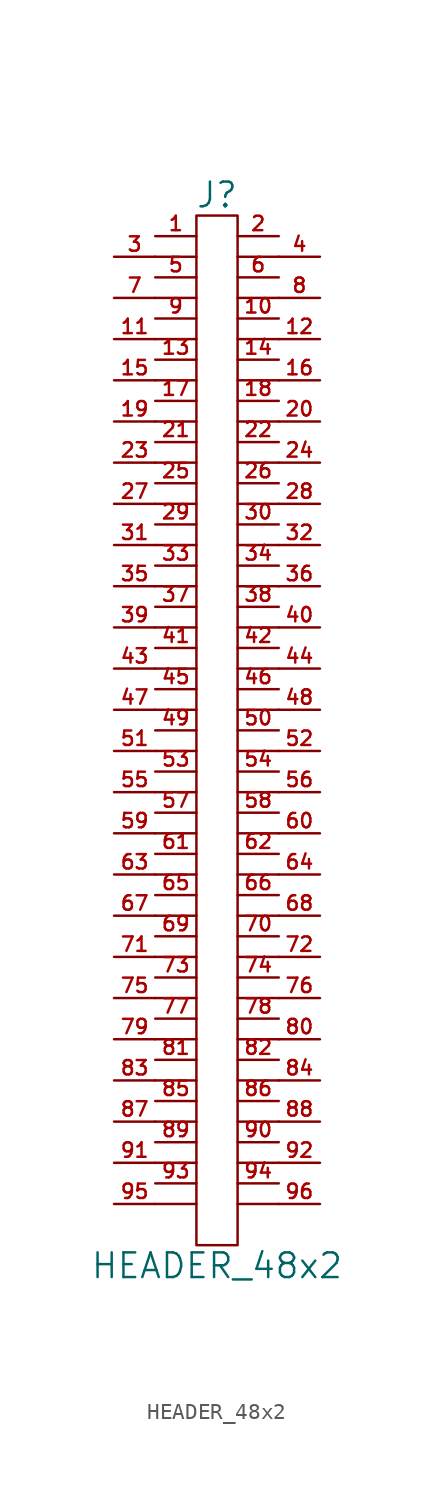
<source format=kicad_sym>
(kicad_symbol_lib
  (version 20211014)
  (generator kicad_symbol_editor)
  (symbol "HEADER_48x2"
    (pin_names
      (offset 0))
    (property "Reference" "J"
      (at 0 33.02 0)
      (effects (font (size 1.524 1.524))))
    (property "Value" "HEADER_48x2"
      (at 0 -33.02 0)
      (effects (font (size 1.524 1.524))))
    (property "Footprint" ""
      (at 0 6.35 0)
      (effects (font (size 1.524 1.524))))
    (property "Datasheet" ""
      (at 0 6.35 0)
      (effects (font (size 1.524 1.524))))
    (symbol "HEADER_48x2_0_1"
      (polyline (pts (xy -3.81 -29.21) (xy -1.27 -29.21)) (stroke (width 0) (type default) (color 0 0 0 0)) (fill (type none)))
      (polyline (pts (xy -3.81 -26.67) (xy -1.27 -26.67)) (stroke (width 0) (type default) (color 0 0 0 0)) (fill (type none)))
      (polyline (pts (xy -3.81 -24.13) (xy -1.27 -24.13)) (stroke (width 0) (type default) (color 0 0 0 0)) (fill (type none)))
      (polyline (pts (xy -3.81 -21.59) (xy -1.27 -21.59)) (stroke (width 0) (type default) (color 0 0 0 0)) (fill (type none)))
      (polyline (pts (xy -3.81 -19.05) (xy -1.27 -19.05)) (stroke (width 0) (type default) (color 0 0 0 0)) (fill (type none)))
      (polyline (pts (xy -3.81 -16.51) (xy -1.27 -16.51)) (stroke (width 0) (type default) (color 0 0 0 0)) (fill (type none)))
      (polyline (pts (xy -3.81 -13.97) (xy -1.27 -13.97)) (stroke (width 0) (type default) (color 0 0 0 0)) (fill (type none)))
      (polyline (pts (xy -3.81 -11.43) (xy -1.27 -11.43)) (stroke (width 0) (type default) (color 0 0 0 0)) (fill (type none)))
      (polyline (pts (xy -3.81 -8.89) (xy -1.27 -8.89)) (stroke (width 0) (type default) (color 0 0 0 0)) (fill (type none)))
      (polyline (pts (xy -3.81 -6.35) (xy -1.27 -6.35)) (stroke (width 0) (type default) (color 0 0 0 0)) (fill (type none)))
      (polyline (pts (xy -3.81 -3.81) (xy -1.27 -3.81)) (stroke (width 0) (type default) (color 0 0 0 0)) (fill (type none)))
      (polyline (pts (xy -3.81 -1.27) (xy -1.27 -1.27)) (stroke (width 0) (type default) (color 0 0 0 0)) (fill (type none)))
      (polyline (pts (xy -3.81 1.27) (xy -1.27 1.27)) (stroke (width 0) (type default) (color 0 0 0 0)) (fill (type none)))
      (polyline (pts (xy -3.81 3.81) (xy -1.27 3.81)) (stroke (width 0) (type default) (color 0 0 0 0)) (fill (type none)))
      (polyline (pts (xy -3.81 6.35) (xy -1.27 6.35)) (stroke (width 0) (type default) (color 0 0 0 0)) (fill (type none)))
      (polyline (pts (xy -3.81 8.89) (xy -1.27 8.89)) (stroke (width 0) (type default) (color 0 0 0 0)) (fill (type none)))
      (polyline (pts (xy -3.81 11.43) (xy -1.27 11.43)) (stroke (width 0) (type default) (color 0 0 0 0)) (fill (type none)))
      (polyline (pts (xy -3.81 13.97) (xy -1.27 13.97)) (stroke (width 0) (type default) (color 0 0 0 0)) (fill (type none)))
      (polyline (pts (xy -3.81 16.51) (xy -1.27 16.51)) (stroke (width 0) (type default) (color 0 0 0 0)) (fill (type none)))
      (polyline (pts (xy -3.81 19.05) (xy -1.27 19.05)) (stroke (width 0) (type default) (color 0 0 0 0)) (fill (type none)))
      (polyline (pts (xy -3.81 21.59) (xy -1.27 21.59)) (stroke (width 0) (type default) (color 0 0 0 0)) (fill (type none)))
      (polyline (pts (xy -3.81 24.13) (xy -1.27 24.13)) (stroke (width 0) (type default) (color 0 0 0 0)) (fill (type none)))
      (polyline (pts (xy -3.81 26.67) (xy -1.27 26.67)) (stroke (width 0) (type default) (color 0 0 0 0)) (fill (type none)))
      (polyline (pts (xy -3.81 29.21) (xy -1.27 29.21)) (stroke (width 0) (type default) (color 0 0 0 0)) (fill (type none)))
      (polyline (pts (xy 1.27 -29.21) (xy 3.81 -29.21)) (stroke (width 0) (type default) (color 0 0 0 0)) (fill (type none)))
      (polyline (pts (xy 1.27 -26.67) (xy 3.81 -26.67)) (stroke (width 0) (type default) (color 0 0 0 0)) (fill (type none)))
      (polyline (pts (xy 1.27 -24.13) (xy 3.81 -24.13)) (stroke (width 0) (type default) (color 0 0 0 0)) (fill (type none)))
      (polyline (pts (xy 1.27 -21.59) (xy 3.81 -21.59)) (stroke (width 0) (type default) (color 0 0 0 0)) (fill (type none)))
      (polyline (pts (xy 1.27 -19.05) (xy 3.81 -19.05)) (stroke (width 0) (type default) (color 0 0 0 0)) (fill (type none)))
      (polyline (pts (xy 1.27 -16.51) (xy 3.81 -16.51)) (stroke (width 0) (type default) (color 0 0 0 0)) (fill (type none)))
      (polyline (pts (xy 1.27 -13.97) (xy 3.81 -13.97)) (stroke (width 0) (type default) (color 0 0 0 0)) (fill (type none)))
      (polyline (pts (xy 1.27 -11.43) (xy 3.81 -11.43)) (stroke (width 0) (type default) (color 0 0 0 0)) (fill (type none)))
      (polyline (pts (xy 1.27 -8.89) (xy 3.81 -8.89)) (stroke (width 0) (type default) (color 0 0 0 0)) (fill (type none)))
      (polyline (pts (xy 1.27 -6.35) (xy 3.81 -6.35)) (stroke (width 0) (type default) (color 0 0 0 0)) (fill (type none)))
      (polyline (pts (xy 1.27 -3.81) (xy 3.81 -3.81)) (stroke (width 0) (type default) (color 0 0 0 0)) (fill (type none)))
      (polyline (pts (xy 1.27 -1.27) (xy 3.81 -1.27)) (stroke (width 0) (type default) (color 0 0 0 0)) (fill (type none)))
      (polyline (pts (xy 1.27 1.27) (xy 3.81 1.27)) (stroke (width 0) (type default) (color 0 0 0 0)) (fill (type none)))
      (polyline (pts (xy 1.27 3.81) (xy 3.81 3.81)) (stroke (width 0) (type default) (color 0 0 0 0)) (fill (type none)))
      (polyline (pts (xy 1.27 6.35) (xy 3.81 6.35)) (stroke (width 0) (type default) (color 0 0 0 0)) (fill (type none)))
      (polyline (pts (xy 1.27 8.89) (xy 3.81 8.89)) (stroke (width 0) (type default) (color 0 0 0 0)) (fill (type none)))
      (polyline (pts (xy 1.27 11.43) (xy 3.81 11.43)) (stroke (width 0) (type default) (color 0 0 0 0)) (fill (type none)))
      (polyline (pts (xy 1.27 13.97) (xy 3.81 13.97)) (stroke (width 0) (type default) (color 0 0 0 0)) (fill (type none)))
      (polyline (pts (xy 1.27 16.51) (xy 3.81 16.51)) (stroke (width 0) (type default) (color 0 0 0 0)) (fill (type none)))
      (polyline (pts (xy 1.27 19.05) (xy 3.81 19.05)) (stroke (width 0) (type default) (color 0 0 0 0)) (fill (type none)))
      (polyline (pts (xy 1.27 21.59) (xy 3.81 21.59)) (stroke (width 0) (type default) (color 0 0 0 0)) (fill (type none)))
      (polyline (pts (xy 1.27 24.13) (xy 3.81 24.13)) (stroke (width 0) (type default) (color 0 0 0 0)) (fill (type none)))
      (polyline (pts (xy 1.27 26.67) (xy 3.81 26.67)) (stroke (width 0) (type default) (color 0 0 0 0)) (fill (type none)))
      (polyline (pts (xy 1.27 29.21) (xy 3.81 29.21)) (stroke (width 0) (type default) (color 0 0 0 0)) (fill (type none)))
      (rectangle (start 1.27 -31.75) (end -1.27 31.75) (stroke (width 0) (type default) (color 0 0 0 0)) (fill (type none))))
    (symbol "HEADER_48x2_1_1"
      (pin passive line (at -3.81 30.48 0) (length 2.54) (name "~" (effects (font (size 1.27 1.27)))) (number "1" (effects (font (size 0.889 0.889)))))
      (pin passive line (at 3.81 25.4 180) (length 2.54) (name "~" (effects (font (size 1.27 1.27)))) (number "10" (effects (font (size 0.889 0.889)))))
      (pin passive line (at -6.35 24.13 0) (length 2.54) (name "~" (effects (font (size 1.27 1.27)))) (number "11" (effects (font (size 0.889 0.889)))))
      (pin passive line (at 6.35 24.13 180) (length 2.54) (name "~" (effects (font (size 1.27 1.27)))) (number "12" (effects (font (size 0.889 0.889)))))
      (pin passive line (at -3.81 22.86 0) (length 2.54) (name "~" (effects (font (size 1.27 1.27)))) (number "13" (effects (font (size 0.889 0.889)))))
      (pin passive line (at 3.81 22.86 180) (length 2.54) (name "~" (effects (font (size 1.27 1.27)))) (number "14" (effects (font (size 0.889 0.889)))))
      (pin passive line (at -6.35 21.59 0) (length 2.54) (name "~" (effects (font (size 1.27 1.27)))) (number "15" (effects (font (size 0.889 0.889)))))
      (pin passive line (at 6.35 21.59 180) (length 2.54) (name "~" (effects (font (size 1.27 1.27)))) (number "16" (effects (font (size 0.889 0.889)))))
      (pin passive line (at -3.81 20.32 0) (length 2.54) (name "~" (effects (font (size 1.27 1.27)))) (number "17" (effects (font (size 0.889 0.889)))))
      (pin passive line (at 3.81 20.32 180) (length 2.54) (name "~" (effects (font (size 1.27 1.27)))) (number "18" (effects (font (size 0.889 0.889)))))
      (pin passive line (at -6.35 19.05 0) (length 2.54) (name "~" (effects (font (size 1.27 1.27)))) (number "19" (effects (font (size 0.889 0.889)))))
      (pin passive line (at 3.81 30.48 180) (length 2.54) (name "~" (effects (font (size 1.27 1.27)))) (number "2" (effects (font (size 0.889 0.889)))))
      (pin passive line (at 6.35 19.05 180) (length 2.54) (name "~" (effects (font (size 1.27 1.27)))) (number "20" (effects (font (size 0.889 0.889)))))
      (pin passive line (at -3.81 17.78 0) (length 2.54) (name "~" (effects (font (size 1.27 1.27)))) (number "21" (effects (font (size 0.889 0.889)))))
      (pin passive line (at 3.81 17.78 180) (length 2.54) (name "~" (effects (font (size 1.27 1.27)))) (number "22" (effects (font (size 0.889 0.889)))))
      (pin passive line (at -6.35 16.51 0) (length 2.54) (name "~" (effects (font (size 1.27 1.27)))) (number "23" (effects (font (size 0.889 0.889)))))
      (pin passive line (at 6.35 16.51 180) (length 2.54) (name "~" (effects (font (size 1.27 1.27)))) (number "24" (effects (font (size 0.889 0.889)))))
      (pin passive line (at -3.81 15.24 0) (length 2.54) (name "~" (effects (font (size 1.27 1.27)))) (number "25" (effects (font (size 0.889 0.889)))))
      (pin passive line (at 3.81 15.24 180) (length 2.54) (name "~" (effects (font (size 1.27 1.27)))) (number "26" (effects (font (size 0.889 0.889)))))
      (pin passive line (at -6.35 13.97 0) (length 2.54) (name "~" (effects (font (size 1.27 1.27)))) (number "27" (effects (font (size 0.889 0.889)))))
      (pin passive line (at 6.35 13.97 180) (length 2.54) (name "~" (effects (font (size 1.27 1.27)))) (number "28" (effects (font (size 0.889 0.889)))))
      (pin passive line (at -3.81 12.7 0) (length 2.54) (name "~" (effects (font (size 1.27 1.27)))) (number "29" (effects (font (size 0.889 0.889)))))
      (pin passive line (at -6.35 29.21 0) (length 2.54) (name "~" (effects (font (size 1.27 1.27)))) (number "3" (effects (font (size 0.889 0.889)))))
      (pin passive line (at 3.81 12.7 180) (length 2.54) (name "~" (effects (font (size 1.27 1.27)))) (number "30" (effects (font (size 0.889 0.889)))))
      (pin passive line (at -6.35 11.43 0) (length 2.54) (name "~" (effects (font (size 1.27 1.27)))) (number "31" (effects (font (size 0.889 0.889)))))
      (pin passive line (at 6.35 11.43 180) (length 2.54) (name "~" (effects (font (size 1.27 1.27)))) (number "32" (effects (font (size 0.889 0.889)))))
      (pin passive line (at -3.81 10.16 0) (length 2.54) (name "~" (effects (font (size 1.27 1.27)))) (number "33" (effects (font (size 0.889 0.889)))))
      (pin passive line (at 3.81 10.16 180) (length 2.54) (name "~" (effects (font (size 1.27 1.27)))) (number "34" (effects (font (size 0.889 0.889)))))
      (pin passive line (at -6.35 8.89 0) (length 2.54) (name "~" (effects (font (size 1.27 1.27)))) (number "35" (effects (font (size 0.889 0.889)))))
      (pin passive line (at 6.35 8.89 180) (length 2.54) (name "~" (effects (font (size 1.27 1.27)))) (number "36" (effects (font (size 0.889 0.889)))))
      (pin passive line (at -3.81 7.62 0) (length 2.54) (name "~" (effects (font (size 0.889 0.889)))) (number "37" (effects (font (size 0.889 0.889)))))
      (pin passive line (at 3.81 7.62 180) (length 2.54) (name "~" (effects (font (size 1.27 1.27)))) (number "38" (effects (font (size 0.889 0.889)))))
      (pin passive line (at -6.35 6.35 0) (length 2.54) (name "~" (effects (font (size 1.27 1.27)))) (number "39" (effects (font (size 0.889 0.889)))))
      (pin passive line (at 6.35 29.21 180) (length 2.54) (name "~" (effects (font (size 1.27 1.27)))) (number "4" (effects (font (size 0.889 0.889)))))
      (pin passive line (at 6.35 6.35 180) (length 2.54) (name "~" (effects (font (size 1.27 1.27)))) (number "40" (effects (font (size 0.889 0.889)))))
      (pin passive line (at -3.81 5.08 0) (length 2.54) (name "~" (effects (font (size 1.27 1.27)))) (number "41" (effects (font (size 0.889 0.889)))))
      (pin passive line (at 3.81 5.08 180) (length 2.54) (name "~" (effects (font (size 1.27 1.27)))) (number "42" (effects (font (size 0.889 0.889)))))
      (pin passive line (at -6.35 3.81 0) (length 2.54) (name "~" (effects (font (size 1.27 1.27)))) (number "43" (effects (font (size 0.889 0.889)))))
      (pin passive line (at 6.35 3.81 180) (length 2.54) (name "~" (effects (font (size 1.27 1.27)))) (number "44" (effects (font (size 0.889 0.889)))))
      (pin passive line (at -3.81 2.54 0) (length 2.54) (name "~" (effects (font (size 1.27 1.27)))) (number "45" (effects (font (size 0.889 0.889)))))
      (pin passive line (at 3.81 2.54 180) (length 2.54) (name "~" (effects (font (size 1.27 1.27)))) (number "46" (effects (font (size 0.889 0.889)))))
      (pin passive line (at -6.35 1.27 0) (length 2.54) (name "~" (effects (font (size 1.27 1.27)))) (number "47" (effects (font (size 0.889 0.889)))))
      (pin passive line (at 6.35 1.27 180) (length 2.54) (name "~" (effects (font (size 1.27 1.27)))) (number "48" (effects (font (size 0.889 0.889)))))
      (pin passive line (at -3.81 0 0) (length 2.54) (name "~" (effects (font (size 1.27 1.27)))) (number "49" (effects (font (size 0.889 0.889)))))
      (pin passive line (at -3.81 27.94 0) (length 2.54) (name "~" (effects (font (size 1.27 1.27)))) (number "5" (effects (font (size 0.889 0.889)))))
      (pin passive line (at 3.81 0 180) (length 2.54) (name "~" (effects (font (size 1.27 1.27)))) (number "50" (effects (font (size 0.889 0.889)))))
      (pin passive line (at -6.35 -1.27 0) (length 2.54) (name "~" (effects (font (size 1.27 1.27)))) (number "51" (effects (font (size 0.889 0.889)))))
      (pin passive line (at 6.35 -1.27 180) (length 2.54) (name "~" (effects (font (size 1.27 1.27)))) (number "52" (effects (font (size 0.889 0.889)))))
      (pin passive line (at -3.81 -2.54 0) (length 2.54) (name "~" (effects (font (size 1.27 1.27)))) (number "53" (effects (font (size 0.889 0.889)))))
      (pin passive line (at 3.81 -2.54 180) (length 2.54) (name "~" (effects (font (size 1.27 1.27)))) (number "54" (effects (font (size 0.889 0.889)))))
      (pin passive line (at -6.35 -3.81 0) (length 2.54) (name "~" (effects (font (size 1.27 1.27)))) (number "55" (effects (font (size 0.889 0.889)))))
      (pin passive line (at 6.35 -3.81 180) (length 2.54) (name "~" (effects (font (size 1.27 1.27)))) (number "56" (effects (font (size 0.889 0.889)))))
      (pin passive line (at -3.81 -5.08 0) (length 2.54) (name "~" (effects (font (size 1.27 1.27)))) (number "57" (effects (font (size 0.889 0.889)))))
      (pin passive line (at 3.81 -5.08 180) (length 2.54) (name "~" (effects (font (size 1.27 1.27)))) (number "58" (effects (font (size 0.889 0.889)))))
      (pin passive line (at -6.35 -6.35 0) (length 2.54) (name "~" (effects (font (size 1.27 1.27)))) (number "59" (effects (font (size 0.889 0.889)))))
      (pin passive line (at 3.81 27.94 180) (length 2.54) (name "~" (effects (font (size 1.27 1.27)))) (number "6" (effects (font (size 0.889 0.889)))))
      (pin passive line (at 6.35 -6.35 180) (length 2.54) (name "~" (effects (font (size 1.27 1.27)))) (number "60" (effects (font (size 0.889 0.889)))))
      (pin passive line (at -3.81 -7.62 0) (length 2.54) (name "~" (effects (font (size 1.27 1.27)))) (number "61" (effects (font (size 0.889 0.889)))))
      (pin passive line (at 3.81 -7.62 180) (length 2.54) (name "~" (effects (font (size 1.27 1.27)))) (number "62" (effects (font (size 0.889 0.889)))))
      (pin passive line (at -6.35 -8.89 0) (length 2.54) (name "~" (effects (font (size 1.27 1.27)))) (number "63" (effects (font (size 0.889 0.889)))))
      (pin passive line (at 6.35 -8.89 180) (length 2.54) (name "~" (effects (font (size 1.27 1.27)))) (number "64" (effects (font (size 0.889 0.889)))))
      (pin passive line (at -3.81 -10.16 0) (length 2.54) (name "~" (effects (font (size 1.27 1.27)))) (number "65" (effects (font (size 0.889 0.889)))))
      (pin passive line (at 3.81 -10.16 180) (length 2.54) (name "~" (effects (font (size 1.27 1.27)))) (number "66" (effects (font (size 0.889 0.889)))))
      (pin passive line (at -6.35 -11.43 0) (length 2.54) (name "~" (effects (font (size 1.27 1.27)))) (number "67" (effects (font (size 0.889 0.889)))))
      (pin passive line (at 6.35 -11.43 180) (length 2.54) (name "~" (effects (font (size 1.27 1.27)))) (number "68" (effects (font (size 0.889 0.889)))))
      (pin passive line (at -3.81 -12.7 0) (length 2.54) (name "~" (effects (font (size 1.27 1.27)))) (number "69" (effects (font (size 0.889 0.889)))))
      (pin passive line (at -6.35 26.67 0) (length 2.54) (name "~" (effects (font (size 1.27 1.27)))) (number "7" (effects (font (size 0.889 0.889)))))
      (pin passive line (at 3.81 -12.7 180) (length 2.54) (name "~" (effects (font (size 1.27 1.27)))) (number "70" (effects (font (size 0.889 0.889)))))
      (pin passive line (at -6.35 -13.97 0) (length 2.54) (name "~" (effects (font (size 1.27 1.27)))) (number "71" (effects (font (size 0.889 0.889)))))
      (pin passive line (at 6.35 -13.97 180) (length 2.54) (name "~" (effects (font (size 1.27 1.27)))) (number "72" (effects (font (size 0.889 0.889)))))
      (pin passive line (at -3.81 -15.24 0) (length 2.54) (name "~" (effects (font (size 1.27 1.27)))) (number "73" (effects (font (size 0.889 0.889)))))
      (pin passive line (at 3.81 -15.24 180) (length 2.54) (name "~" (effects (font (size 1.27 1.27)))) (number "74" (effects (font (size 0.889 0.889)))))
      (pin passive line (at -6.35 -16.51 0) (length 2.54) (name "~" (effects (font (size 1.27 1.27)))) (number "75" (effects (font (size 0.889 0.889)))))
      (pin passive line (at 6.35 -16.51 180) (length 2.54) (name "~" (effects (font (size 1.27 1.27)))) (number "76" (effects (font (size 0.889 0.889)))))
      (pin passive line (at -3.81 -17.78 0) (length 2.54) (name "~" (effects (font (size 1.27 1.27)))) (number "77" (effects (font (size 0.889 0.889)))))
      (pin passive line (at 3.81 -17.78 180) (length 2.54) (name "~" (effects (font (size 1.27 1.27)))) (number "78" (effects (font (size 0.889 0.889)))))
      (pin passive line (at -6.35 -19.05 0) (length 2.54) (name "~" (effects (font (size 1.27 1.27)))) (number "79" (effects (font (size 0.889 0.889)))))
      (pin passive line (at 6.35 26.67 180) (length 2.54) (name "~" (effects (font (size 1.27 1.27)))) (number "8" (effects (font (size 0.889 0.889)))))
      (pin passive line (at 6.35 -19.05 180) (length 2.54) (name "~" (effects (font (size 1.27 1.27)))) (number "80" (effects (font (size 0.889 0.889)))))
      (pin passive line (at -3.81 -20.32 0) (length 2.54) (name "~" (effects (font (size 1.27 1.27)))) (number "81" (effects (font (size 0.889 0.889)))))
      (pin passive line (at 3.81 -20.32 180) (length 2.54) (name "~" (effects (font (size 1.27 1.27)))) (number "82" (effects (font (size 0.889 0.889)))))
      (pin passive line (at -6.35 -21.59 0) (length 2.54) (name "~" (effects (font (size 1.27 1.27)))) (number "83" (effects (font (size 0.889 0.889)))))
      (pin passive line (at 6.35 -21.59 180) (length 2.54) (name "~" (effects (font (size 1.27 1.27)))) (number "84" (effects (font (size 0.889 0.889)))))
      (pin passive line (at -3.81 -22.86 0) (length 2.54) (name "~" (effects (font (size 1.27 1.27)))) (number "85" (effects (font (size 0.889 0.889)))))
      (pin passive line (at 3.81 -22.86 180) (length 2.54) (name "~" (effects (font (size 1.27 1.27)))) (number "86" (effects (font (size 0.889 0.889)))))
      (pin passive line (at -6.35 -24.13 0) (length 2.54) (name "~" (effects (font (size 1.27 1.27)))) (number "87" (effects (font (size 0.889 0.889)))))
      (pin passive line (at 6.35 -24.13 180) (length 2.54) (name "~" (effects (font (size 1.27 1.27)))) (number "88" (effects (font (size 0.889 0.889)))))
      (pin passive line (at -3.81 -25.4 0) (length 2.54) (name "~" (effects (font (size 1.27 1.27)))) (number "89" (effects (font (size 0.889 0.889)))))
      (pin passive line (at -3.81 25.4 0) (length 2.54) (name "~" (effects (font (size 1.27 1.27)))) (number "9" (effects (font (size 0.889 0.889)))))
      (pin passive line (at 3.81 -25.4 180) (length 2.54) (name "~" (effects (font (size 1.27 1.27)))) (number "90" (effects (font (size 0.889 0.889)))))
      (pin passive line (at -6.35 -26.67 0) (length 2.54) (name "~" (effects (font (size 1.27 1.27)))) (number "91" (effects (font (size 0.889 0.889)))))
      (pin passive line (at 6.35 -26.67 180) (length 2.54) (name "~" (effects (font (size 1.27 1.27)))) (number "92" (effects (font (size 0.889 0.889)))))
      (pin passive line (at -3.81 -27.94 0) (length 2.54) (name "~" (effects (font (size 1.27 1.27)))) (number "93" (effects (font (size 0.889 0.889)))))
      (pin passive line (at 3.81 -27.94 180) (length 2.54) (name "~" (effects (font (size 1.27 1.27)))) (number "94" (effects (font (size 0.889 0.889)))))
      (pin passive line (at -6.35 -29.21 0) (length 2.54) (name "~" (effects (font (size 1.27 1.27)))) (number "95" (effects (font (size 0.889 0.889)))))
      (pin passive line (at 6.35 -29.21 180) (length 2.54) (name "~" (effects (font (size 1.27 1.27)))) (number "96" (effects (font (size 0.889 0.889))))))))
</source>
